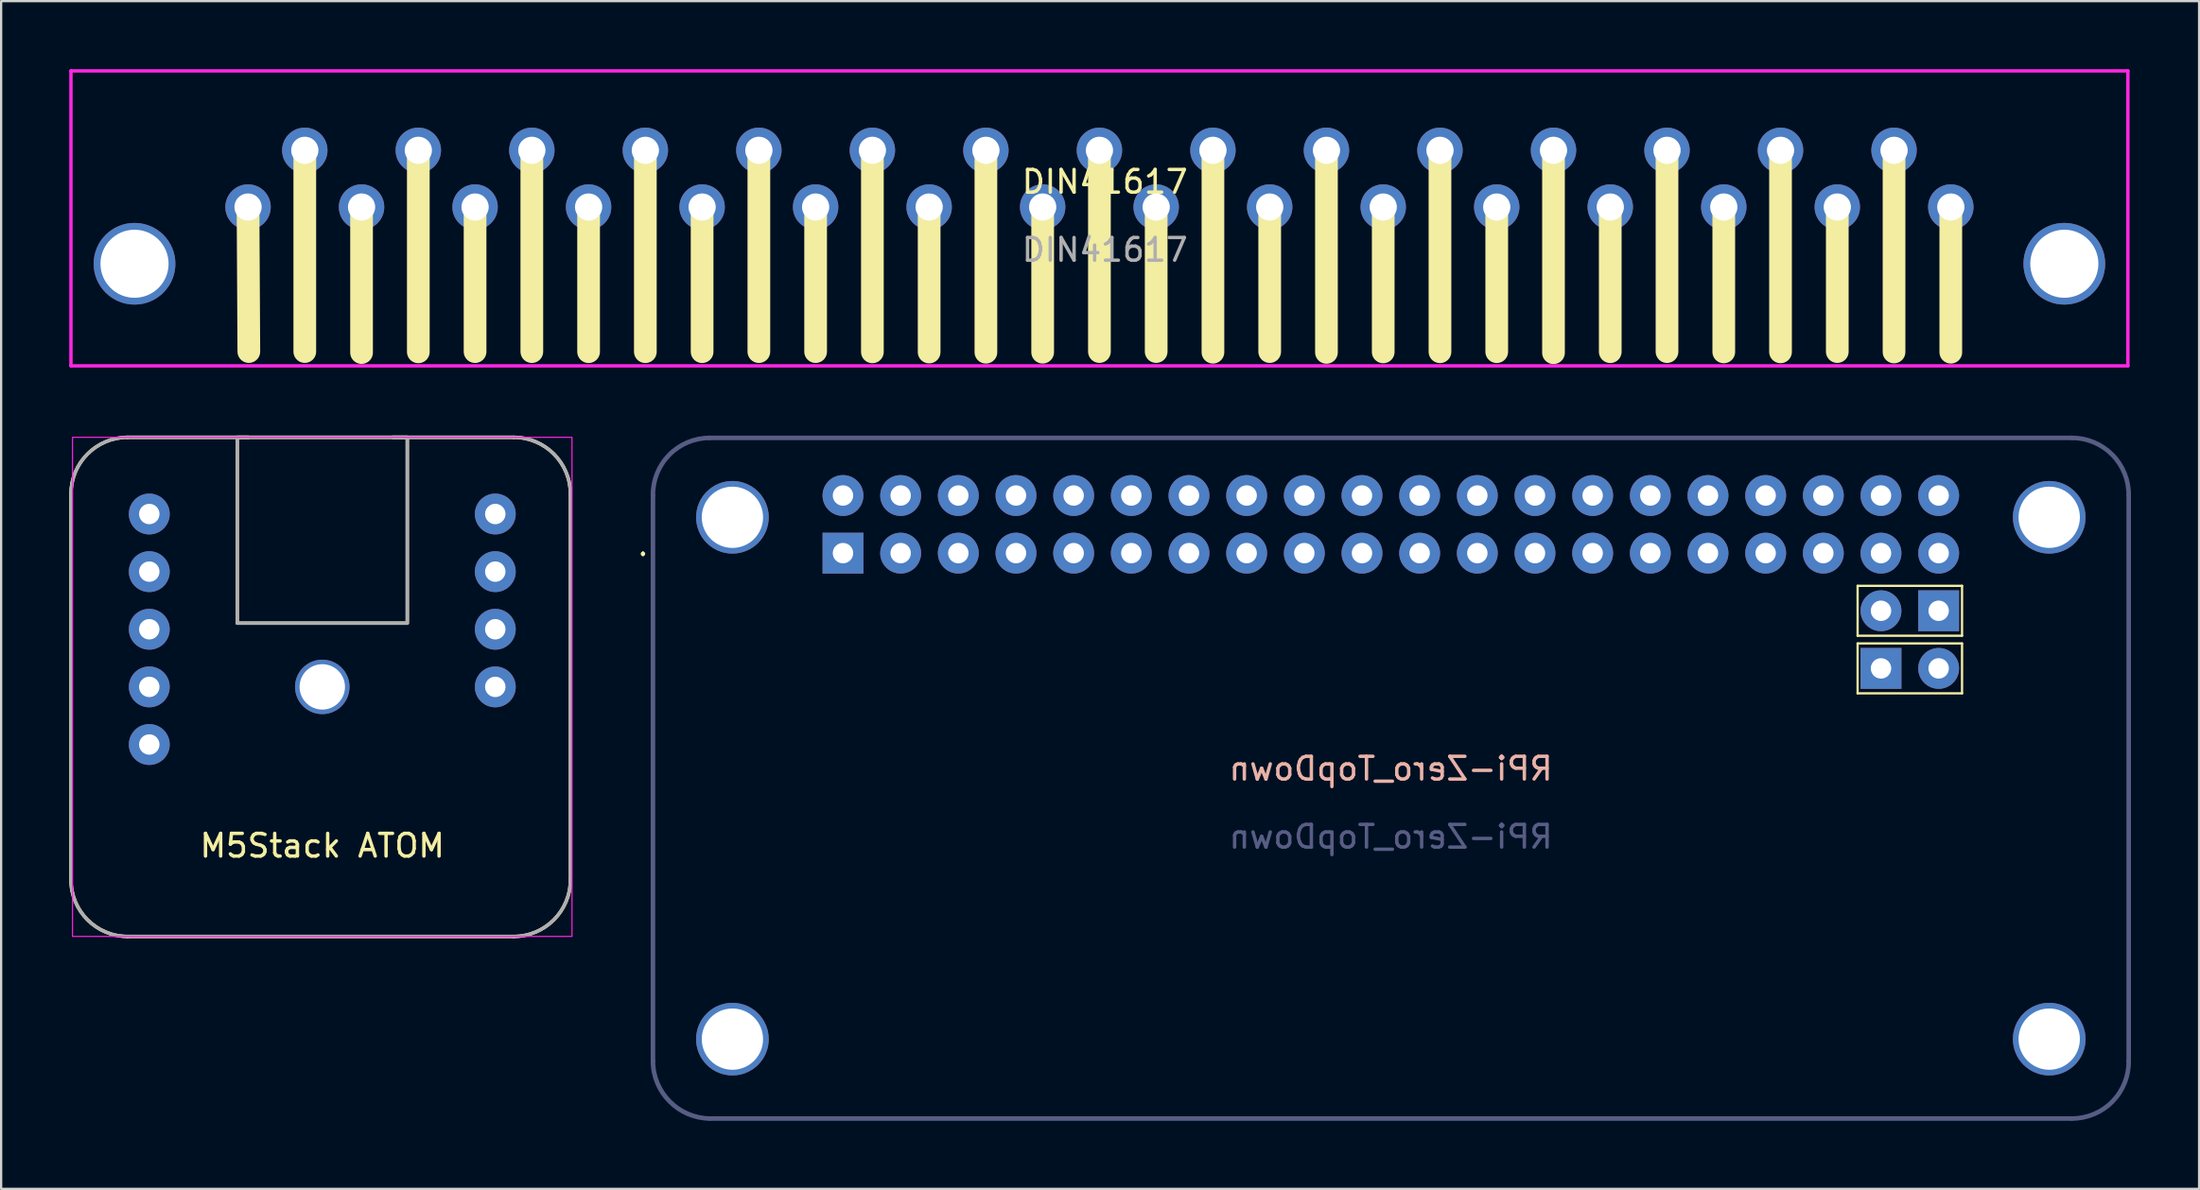
<source format=kicad_pcb>
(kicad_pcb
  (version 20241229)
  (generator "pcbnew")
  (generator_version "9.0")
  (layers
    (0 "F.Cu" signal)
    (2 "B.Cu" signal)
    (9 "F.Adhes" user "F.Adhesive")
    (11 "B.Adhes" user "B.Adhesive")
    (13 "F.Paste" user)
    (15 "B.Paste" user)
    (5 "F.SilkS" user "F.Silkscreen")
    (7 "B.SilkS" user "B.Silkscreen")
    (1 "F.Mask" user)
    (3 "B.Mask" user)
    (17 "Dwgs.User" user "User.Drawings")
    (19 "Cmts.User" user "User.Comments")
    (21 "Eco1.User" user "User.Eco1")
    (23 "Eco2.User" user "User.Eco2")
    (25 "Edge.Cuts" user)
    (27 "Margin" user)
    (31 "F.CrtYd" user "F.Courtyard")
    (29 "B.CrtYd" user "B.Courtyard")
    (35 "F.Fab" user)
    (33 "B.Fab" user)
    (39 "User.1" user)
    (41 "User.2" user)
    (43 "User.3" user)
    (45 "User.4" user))
  (footprint "DIN41617"
    (layer "F.Cu")
    (at 45.375 4.845)
    (property "Reference" "DIN41617" (at 0.24 0.118 0) (unlocked yes) (layer "F.SilkS") (effects (font (size 1 1) (thickness 0.15))))
    (attr through_hole)
    (fp_line (start -37.5 1.23) (end -37.465 7.6) (stroke (width 1) (type solid)) (layer "F.SilkS"))
    (fp_line (start -35 -1.27) (end -35 7.6) (stroke (width 1) (type solid)) (layer "F.SilkS"))
    (fp_line (start -32.5 1.23) (end -32.5 7.644) (stroke (width 1) (type solid)) (layer "F.SilkS"))
    (fp_line (start -30 -1.27) (end -30 7.613) (stroke (width 1) (type solid)) (layer "F.SilkS"))
    (fp_line (start -27.5 1.23) (end -27.5 7.603) (stroke (width 1) (type solid)) (layer "F.SilkS"))
    (fp_line (start -25 -1.27) (end -25 7.603) (stroke (width 1) (type solid)) (layer "F.SilkS"))
    (fp_line (start -22.5 1.23) (end -22.5 7.606) (stroke (width 1) (type solid)) (layer "F.SilkS"))
    (fp_line (start -20 -1.27) (end -20 7.606) (stroke (width 1) (type solid)) (layer "F.SilkS"))
    (fp_line (start -17.5 1.23) (end -17.5 7.606) (stroke (width 1) (type solid)) (layer "F.SilkS"))
    (fp_line (start -15 -1.27) (end -15 7.603) (stroke (width 1) (type solid)) (layer "F.SilkS"))
    (fp_line (start -12.5 1.23) (end -12.5 7.603) (stroke (width 1) (type solid)) (layer "F.SilkS"))
    (fp_line (start -10 -1.27) (end -10 7.613) (stroke (width 1) (type solid)) (layer "F.SilkS"))
    (fp_line (start -7.5 1.23) (end -7.5 7.621) (stroke (width 1) (type solid)) (layer "F.SilkS"))
    (fp_line (start -5 -1.27) (end -5 7.629) (stroke (width 1) (type solid)) (layer "F.SilkS"))
    (fp_line (start -2.5 1.23) (end -2.5 7.628) (stroke (width 1) (type solid)) (layer "F.SilkS"))
    (fp_line (start 0 -1.27) (end 0 7.6) (stroke (width 1) (type solid)) (layer "F.SilkS"))
    (fp_line (start 2.5 1.23) (end 2.5 7.6) (stroke (width 1) (type solid)) (layer "F.SilkS"))
    (fp_line (start 5 -1.27) (end 5 7.629) (stroke (width 1) (type solid)) (layer "F.SilkS"))
    (fp_line (start 7.5 1.23) (end 7.5 7.601) (stroke (width 1) (type solid)) (layer "F.SilkS"))
    (fp_line (start 10 -1.27) (end 10 7.636) (stroke (width 1) (type solid)) (layer "F.SilkS"))
    (fp_line (start 12.5 1.23) (end 12.5 7.615) (stroke (width 1) (type solid)) (layer "F.SilkS"))
    (fp_line (start 15 -1.27) (end 15 7.609) (stroke (width 1) (type solid)) (layer "F.SilkS"))
    (fp_line (start 17.5 1.23) (end 17.5 7.606) (stroke (width 1) (type solid)) (layer "F.SilkS"))
    (fp_line (start 20 -1.27) (end 20 7.651) (stroke (width 1) (type solid)) (layer "F.SilkS"))
    (fp_line (start 22.5 1.23) (end 22.5 7.606) (stroke (width 1) (type solid)) (layer "F.SilkS"))
    (fp_line (start 25 -1.27) (end 25 7.603) (stroke (width 1) (type solid)) (layer "F.SilkS"))
    (fp_line (start 27.5 1.23) (end 27.5 7.615) (stroke (width 1) (type solid)) (layer "F.SilkS"))
    (fp_line (start 30 -1.27) (end 30 7.613) (stroke (width 1) (type solid)) (layer "F.SilkS"))
    (fp_line (start 32.5 1.23) (end 32.5 7.601) (stroke (width 1) (type solid)) (layer "F.SilkS"))
    (fp_line (start 35 -1.27) (end 35 7.618) (stroke (width 1) (type solid)) (layer "F.SilkS"))
    (fp_line (start 37.5 1.23) (end 37.5 7.628) (stroke (width 1) (type solid)) (layer "F.SilkS"))
    (fp_line (start -45.3 -4.77) (end -45.3 8.23) (stroke (width 0.15) (type solid)) (layer "F.CrtYd"))
    (fp_line (start -45.3 8.23) (end 45.3 8.23) (stroke (width 0.15) (type solid)) (layer "F.CrtYd"))
    (fp_line (start 45.3 -4.77) (end -45.3 -4.77) (stroke (width 0.15) (type solid)) (layer "F.CrtYd"))
    (fp_line (start 45.3 8.23) (end 45.3 -4.77) (stroke (width 0.15) (type solid)) (layer "F.CrtYd"))
    (fp_text user "${REFERENCE}" (at 0.24 3.118 0) (unlocked yes) (layer "F.Fab") (effects (font (size 1 1) (thickness 0.15))))
    (pad "1" thru_hole circle (at 37.5 1.23) (size 2 2) (drill 1.2) (layers "*.Cu" "*.Mask"))
    (pad "2" thru_hole circle (at 35 -1.27) (size 2 2) (drill 1.2) (layers "*.Cu" "*.Mask"))
    (pad "3" thru_hole circle (at 32.5 1.23) (size 2 2) (drill 1.2) (layers "*.Cu" "*.Mask"))
    (pad "4" thru_hole circle (at -42.5 3.73) (size 3.6 3.6) (drill 3) (layers "*.Cu" "*.Mask"))
    (pad "4" thru_hole circle (at 30 -1.27) (size 2 2) (drill 1.2) (layers "*.Cu" "*.Mask"))
    (pad "4" thru_hole circle (at 42.5 3.73) (size 3.6 3.6) (drill 3) (layers "*.Cu" "*.Mask"))
    (pad "5" thru_hole circle (at 27.5 1.23) (size 2 2) (drill 1.2) (layers "*.Cu" "*.Mask"))
    (pad "6" thru_hole circle (at 25 -1.27) (size 2 2) (drill 1.2) (layers "*.Cu" "*.Mask"))
    (pad "7" thru_hole circle (at 22.5 1.23) (size 2 2) (drill 1.2) (layers "*.Cu" "*.Mask"))
    (pad "8" thru_hole circle (at 20 -1.27) (size 2 2) (drill 1.2) (layers "*.Cu" "*.Mask"))
    (pad "9" thru_hole circle (at 17.5 1.23) (size 2 2) (drill 1.2) (layers "*.Cu" "*.Mask"))
    (pad "10" thru_hole circle (at 15 -1.27) (size 2 2) (drill 1.2) (layers "*.Cu" "*.Mask"))
    (pad "11" thru_hole circle (at 12.5 1.23) (size 2 2) (drill 1.2) (layers "*.Cu" "*.Mask"))
    (pad "12" thru_hole circle (at 10 -1.27) (size 2 2) (drill 1.2) (layers "*.Cu" "*.Mask"))
    (pad "13" thru_hole circle (at 7.5 1.23) (size 2 2) (drill 1.2) (layers "*.Cu" "*.Mask"))
    (pad "14" thru_hole circle (at 5 -1.27) (size 2 2) (drill 1.2) (layers "*.Cu" "*.Mask"))
    (pad "15" thru_hole circle (at 2.5 1.23) (size 2 2) (drill 1.2) (layers "*.Cu" "*.Mask"))
    (pad "16" thru_hole circle (at 0 -1.27) (size 2 2) (drill 1.2) (layers "*.Cu" "*.Mask"))
    (pad "17" thru_hole circle (at -2.5 1.23) (size 2 2) (drill 1.2) (layers "*.Cu" "*.Mask"))
    (pad "18" thru_hole circle (at -5 -1.27) (size 2 2) (drill 1.2) (layers "*.Cu" "*.Mask"))
    (pad "19" thru_hole circle (at -7.5 1.23) (size 2 2) (drill 1.2) (layers "*.Cu" "*.Mask"))
    (pad "20" thru_hole circle (at -10 -1.27) (size 2 2) (drill 1.2) (layers "*.Cu" "*.Mask"))
    (pad "21" thru_hole circle (at -12.5 1.23) (size 2 2) (drill 1.2) (layers "*.Cu" "*.Mask"))
    (pad "22" thru_hole circle (at -15 -1.27) (size 2 2) (drill 1.2) (layers "*.Cu" "*.Mask"))
    (pad "23" thru_hole circle (at -17.5 1.23) (size 2 2) (drill 1.2) (layers "*.Cu" "*.Mask"))
    (pad "24" thru_hole circle (at -20 -1.27) (size 2 2) (drill 1.2) (layers "*.Cu" "*.Mask"))
    (pad "25" thru_hole circle (at -22.5 1.23) (size 2 2) (drill 1.2) (layers "*.Cu" "*.Mask"))
    (pad "26" thru_hole circle (at -25 -1.27) (size 2 2) (drill 1.2) (layers "*.Cu" "*.Mask"))
    (pad "27" thru_hole circle (at -27.5 1.23) (size 2 2) (drill 1.2) (layers "*.Cu" "*.Mask"))
    (pad "28" thru_hole circle (at -30 -1.27) (size 2 2) (drill 1.2) (layers "*.Cu" "*.Mask"))
    (pad "29" thru_hole circle (at -32.5 1.23) (size 2 2) (drill 1.2) (layers "*.Cu" "*.Mask"))
    (pad "30" thru_hole circle (at -35 -1.27) (size 2 2) (drill 1.2) (layers "*.Cu" "*.Mask"))
    (pad "31" thru_hole circle (at -37.5 1.23) (size 2 2) (drill 1.2) (layers "*.Cu" "*.Mask")))
  (footprint "RPi-Zero_TopDown"
    (layer "F.Cu")
    (at 58.21 31.33)
    (property "Reference" "RPi-Zero_TopDown" (at 0 -0.5 0) (unlocked yes) (layer "B.SilkS") (effects (font (size 1 1) (thickness 0.15)) (justify mirror)))
    (attr through_hole)
    (fp_line (start -32.94 -10.02) (end -32.94 -10.02) (stroke (width 0.1) (type solid)) (layer "F.SilkS"))
    (fp_line (start -32.94 -9.92) (end -32.94 -9.92) (stroke (width 0.1) (type solid)) (layer "F.SilkS"))
    (fp_line (start 20.56 -8.56) (end 25.16 -8.56) (stroke (width 0.1) (type solid)) (layer "F.SilkS"))
    (fp_line (start 20.56 -6.36) (end 20.56 -8.56) (stroke (width 0.1) (type solid)) (layer "F.SilkS"))
    (fp_line (start 20.56 -6.02) (end 25.16 -6.02) (stroke (width 0.1) (type solid)) (layer "F.SilkS"))
    (fp_line (start 20.56 -3.82) (end 20.56 -6.02) (stroke (width 0.1) (type solid)) (layer "F.SilkS"))
    (fp_line (start 25.16 -8.56) (end 25.16 -6.36) (stroke (width 0.1) (type solid)) (layer "F.SilkS"))
    (fp_line (start 25.16 -6.36) (end 20.56 -6.36) (stroke (width 0.1) (type solid)) (layer "F.SilkS"))
    (fp_line (start 25.16 -6.02) (end 25.16 -3.82) (stroke (width 0.1) (type solid)) (layer "F.SilkS"))
    (fp_line (start 25.16 -3.82) (end 20.56 -3.82) (stroke (width 0.1) (type solid)) (layer "F.SilkS"))
    (fp_arc (start -32.94 -10.02) (mid -32.89 -9.97) (end -32.94 -9.92) (stroke (width 0.1) (type solid)) (layer "F.SilkS"))
    (fp_arc (start -32.94 -9.92) (mid -32.99 -9.97) (end -32.94 -10.02) (stroke (width 0.1) (type solid)) (layer "F.SilkS"))
    (fp_line (start -32.5 -12.54) (end -32.5 12.38) (stroke (width 0.1) (type solid)) (layer "B.SilkS"))
    (fp_line (start -30 14.92) (end 30 14.92) (stroke (width 0.1) (type solid)) (layer "B.SilkS"))
    (fp_line (start 30 -15.08) (end -30 -15.08) (stroke (width 0.1) (type solid)) (layer "B.SilkS"))
    (fp_line (start 32.5 12.38) (end 32.5 -12.54) (stroke (width 0.1) (type solid)) (layer "B.SilkS"))
    (fp_arc (start -32.500061 -12.543955) (mid -31.780456 -14.334877) (end -30 -15.08) (stroke (width 0.1) (type solid)) (layer "B.SilkS"))
    (fp_arc (start -30.004015 14.919933) (mid -31.771564 14.160534) (end -32.5 12.38) (stroke (width 0.1) (type solid)) (layer "B.SilkS"))
    (fp_arc (start 30.004015 -15.079933) (mid 31.771567 -14.320536) (end 32.5 -12.54) (stroke (width 0.1) (type solid)) (layer "B.SilkS"))
    (fp_arc (start 32.500061 12.383955) (mid 31.78046 14.174881) (end 30 14.92) (stroke (width 0.1) (type solid)) (layer "B.SilkS"))
    (fp_line (start -32.5 -12.54) (end -32.5 12.38) (stroke (width 0.2) (type solid)) (layer "B.Fab"))
    (fp_line (start -30 14.92) (end 30 14.92) (stroke (width 0.2) (type solid)) (layer "B.Fab"))
    (fp_line (start 30 -15.08) (end -30 -15.08) (stroke (width 0.2) (type solid)) (layer "B.Fab"))
    (fp_line (start 32.5 12.38) (end 32.5 -12.54) (stroke (width 0.2) (type solid)) (layer "B.Fab"))
    (fp_arc (start -32.500061 -12.543955) (mid -31.780456 -14.334877) (end -30 -15.08) (stroke (width 0.2) (type solid)) (layer "B.Fab"))
    (fp_arc (start -30.004015 14.919933) (mid -31.771564 14.160534) (end -32.5 12.38) (stroke (width 0.2) (type solid)) (layer "B.Fab"))
    (fp_arc (start 30.003955 -15.079995) (mid 31.783233 -14.332061) (end 32.5 -12.54) (stroke (width 0.2) (type solid)) (layer "B.Fab"))
    (fp_arc (start 32.500061 12.383955) (mid 31.78046 14.174881) (end 30 14.92) (stroke (width 0.2) (type solid)) (layer "B.Fab"))
    (fp_text user "${REFERENCE}" (at 0 2.5 0) (unlocked yes) (layer "B.Fab") (effects (font (size 1 1) (thickness 0.15)) (justify mirror)))
    (pad "1" thru_hole rect (at -24.13 -10) (size 1.8 1.8) (drill 0.9) (layers "*.Cu" "*.Mask"))
    (pad "2" thru_hole circle (at -24.13 -12.54) (size 1.8 1.8) (drill 0.9) (layers "*.Cu" "*.Mask"))
    (pad "3" thru_hole circle (at -21.59 -10) (size 1.8 1.8) (drill 0.9) (layers "*.Cu" "*.Mask"))
    (pad "4" thru_hole circle (at -21.59 -12.54) (size 1.8 1.8) (drill 0.9) (layers "*.Cu" "*.Mask"))
    (pad "5" thru_hole circle (at -19.05 -10) (size 1.8 1.8) (drill 0.9) (layers "*.Cu" "*.Mask"))
    (pad "6" thru_hole circle (at -29 -11.58) (size 3.2 3.2) (drill 2.7) (property pad_prop_heatsink) (layers "*.Cu" "*.Mask"))
    (pad "6" thru_hole circle (at -29 11.42) (size 3.2 3.2) (drill 2.7) (property pad_prop_heatsink) (layers "*.Cu" "*.Mask"))
    (pad "6" thru_hole circle (at -19.05 -12.54) (size 1.8 1.8) (drill 0.9) (layers "*.Cu" "*.Mask"))
    (pad "6" thru_hole circle (at 29 -11.58) (size 3.2 3.2) (drill 2.7) (property pad_prop_heatsink) (layers "*.Cu" "*.Mask"))
    (pad "6" thru_hole circle (at 29 11.42) (size 3.2 3.2) (drill 2.7) (property pad_prop_heatsink) (layers "*.Cu" "*.Mask"))
    (pad "7" thru_hole circle (at -16.51 -10) (size 1.8 1.8) (drill 0.9) (layers "*.Cu" "*.Mask"))
    (pad "8" thru_hole circle (at -16.51 -12.54) (size 1.8 1.8) (drill 0.9) (layers "*.Cu" "*.Mask"))
    (pad "9" thru_hole circle (at -13.97 -10) (size 1.8 1.8) (drill 0.9) (layers "*.Cu" "*.Mask"))
    (pad "10" thru_hole circle (at -13.97 -12.54) (size 1.8 1.8) (drill 0.9) (layers "*.Cu" "*.Mask"))
    (pad "11" thru_hole circle (at -11.43 -10) (size 1.8 1.8) (drill 0.9) (layers "*.Cu" "*.Mask"))
    (pad "12" thru_hole circle (at -11.43 -12.54) (size 1.8 1.8) (drill 0.9) (layers "*.Cu" "*.Mask"))
    (pad "13" thru_hole circle (at -8.89 -10) (size 1.8 1.8) (drill 0.9) (layers "*.Cu" "*.Mask"))
    (pad "14" thru_hole circle (at -8.89 -12.54) (size 1.8 1.8) (drill 0.9) (layers "*.Cu" "*.Mask"))
    (pad "15" thru_hole circle (at -6.35 -10) (size 1.8 1.8) (drill 0.9) (layers "*.Cu" "*.Mask"))
    (pad "16" thru_hole circle (at -6.35 -12.54) (size 1.8 1.8) (drill 0.9) (layers "*.Cu" "*.Mask"))
    (pad "17" thru_hole circle (at -3.81 -10) (size 1.8 1.8) (drill 0.9) (layers "*.Cu" "*.Mask"))
    (pad "18" thru_hole circle (at -3.81 -12.54) (size 1.8 1.8) (drill 0.9) (layers "*.Cu" "*.Mask"))
    (pad "19" thru_hole circle (at -1.27 -10) (size 1.8 1.8) (drill 0.9) (layers "*.Cu" "*.Mask"))
    (pad "20" thru_hole circle (at -1.27 -12.54) (size 1.8 1.8) (drill 0.9) (layers "*.Cu" "*.Mask"))
    (pad "21" thru_hole circle (at 1.27 -10) (size 1.8 1.8) (drill 0.9) (layers "*.Cu" "*.Mask"))
    (pad "22" thru_hole circle (at 1.27 -12.54) (size 1.8 1.8) (drill 0.9) (layers "*.Cu" "*.Mask"))
    (pad "23" thru_hole circle (at 3.81 -10) (size 1.8 1.8) (drill 0.9) (layers "*.Cu" "*.Mask"))
    (pad "24" thru_hole circle (at 3.81 -12.54) (size 1.8 1.8) (drill 0.9) (layers "*.Cu" "*.Mask"))
    (pad "25" thru_hole circle (at 6.35 -10) (size 1.8 1.8) (drill 0.9) (layers "*.Cu" "*.Mask"))
    (pad "26" thru_hole circle (at 6.35 -12.54) (size 1.8 1.8) (drill 0.9) (layers "*.Cu" "*.Mask"))
    (pad "27" thru_hole circle (at 8.89 -10) (size 1.8 1.8) (drill 0.9) (layers "*.Cu" "*.Mask"))
    (pad "28" thru_hole circle (at 8.89 -12.54) (size 1.8 1.8) (drill 0.9) (layers "*.Cu" "*.Mask"))
    (pad "29" thru_hole circle (at 11.43 -10) (size 1.8 1.8) (drill 0.9) (layers "*.Cu" "*.Mask"))
    (pad "30" thru_hole circle (at 11.43 -12.54) (size 1.8 1.8) (drill 0.9) (layers "*.Cu" "*.Mask"))
    (pad "31" thru_hole circle (at 13.97 -10) (size 1.8 1.8) (drill 0.9) (layers "*.Cu" "*.Mask"))
    (pad "32" thru_hole circle (at 13.97 -12.54) (size 1.8 1.8) (drill 0.9) (layers "*.Cu" "*.Mask"))
    (pad "33" thru_hole circle (at 16.51 -10) (size 1.8 1.8) (drill 0.9) (layers "*.Cu" "*.Mask"))
    (pad "34" thru_hole circle (at 16.51 -12.54) (size 1.8 1.8) (drill 0.9) (layers "*.Cu" "*.Mask"))
    (pad "35" thru_hole circle (at 19.05 -10) (size 1.8 1.8) (drill 0.9) (layers "*.Cu" "*.Mask"))
    (pad "36" thru_hole circle (at 19.05 -12.54) (size 1.8 1.8) (drill 0.9) (layers "*.Cu" "*.Mask"))
    (pad "37" thru_hole circle (at 21.59 -10) (size 1.8 1.8) (drill 0.9) (layers "*.Cu" "*.Mask"))
    (pad "38" thru_hole circle (at 21.59 -12.54) (size 1.8 1.8) (drill 0.9) (layers "*.Cu" "*.Mask"))
    (pad "39" thru_hole circle (at 24.13 -10) (size 1.8 1.8) (drill 0.9) (layers "*.Cu" "*.Mask"))
    (pad "40" thru_hole circle (at 24.13 -12.54) (size 1.8 1.8) (drill 0.9) (layers "*.Cu" "*.Mask"))
    (pad "41" thru_hole rect (at 24.13 -7.46) (size 1.8 1.8) (drill 0.9) (layers "*.Cu" "*.Mask"))
    (pad "42" thru_hole circle (at 21.59 -7.46) (size 1.8 1.8) (drill 0.9) (layers "*.Cu" "*.Mask"))
    (pad "43" thru_hole rect (at 21.59 -4.92) (size 1.8 1.8) (drill 0.9) (layers "*.Cu" "*.Mask"))
    (pad "44" thru_hole circle (at 24.13 -4.92) (size 1.8 1.8) (drill 0.9) (layers "*.Cu" "*.Mask")))
  (footprint "M5Stack ATOM"
    (layer "F.Cu")
    (at 11.145 27.225)
    (property "Reference" "M5Stack ATOM" (at 0 7 0) (unlocked yes) (layer "F.SilkS") (effects (font (size 1 1) (thickness 0.15))))
    (attr through_hole)
    (fp_line (start -11.07 -8.5) (end -11.07 8.5) (stroke (width 0.15) (type solid)) (layer "F.SilkS"))
    (fp_line (start -8.57 -11) (end -3.245 -11) (stroke (width 0.15) (type solid)) (layer "F.SilkS"))
    (fp_line (start -8.57 11) (end 8.43 11) (stroke (width 0.15) (type solid)) (layer "F.SilkS"))
    (fp_line (start 8.43 -11) (end 3.105 -11) (stroke (width 0.15) (type solid)) (layer "F.SilkS"))
    (fp_line (start 10.93 8.5) (end 10.93 -8.5) (stroke (width 0.15) (type solid)) (layer "F.SilkS"))
    (fp_rect (start -3.745 -11) (end 3.745 -2.81) (stroke (width 0.15) (type solid)) (fill no) (layer "F.SilkS"))
    (fp_arc (start -11.070205 -8.5) (mid -10.337972 -10.267767) (end -8.570205 -11) (stroke (width 0.15) (type solid)) (layer "F.SilkS"))
    (fp_arc (start -8.570205 11) (mid -10.337972 10.267767) (end -11.070205 8.5) (stroke (width 0.15) (type solid)) (layer "F.SilkS"))
    (fp_arc (start 8.429795 -11) (mid 10.197562 -10.267767) (end 10.929795 -8.5) (stroke (width 0.15) (type solid)) (layer "F.SilkS"))
    (fp_arc (start 10.929795 8.5) (mid 10.197562 10.267767) (end 8.429795 11) (stroke (width 0.15) (type solid)) (layer "F.SilkS"))
    (fp_rect (start -11 11) (end 11 -11) (stroke (width 0.05) (type solid)) (fill no) (layer "F.CrtYd"))
    (fp_line (start -11.07 -8.5) (end -11.07 8.5) (stroke (width 0.15) (type solid)) (layer "F.Fab"))
    (fp_line (start -8.57 -11) (end -3.245 -11) (stroke (width 0.15) (type solid)) (layer "F.Fab"))
    (fp_line (start -8.57 11) (end 8.43 11) (stroke (width 0.15) (type solid)) (layer "F.Fab"))
    (fp_line (start 8.43 -11) (end 3.105 -11) (stroke (width 0.15) (type solid)) (layer "F.Fab"))
    (fp_line (start 10.93 8.5) (end 10.93 -8.5) (stroke (width 0.15) (type solid)) (layer "F.Fab"))
    (fp_rect (start -3.745 -11) (end 3.745 -2.81) (stroke (width 0.15) (type solid)) (fill no) (layer "F.Fab"))
    (fp_arc (start -11.070205 -8.5) (mid -10.337972 -10.267767) (end -8.570205 -11) (stroke (width 0.15) (type solid)) (layer "F.Fab"))
    (fp_arc (start -8.570205 11) (mid -10.337972 10.267767) (end -11.070205 8.5) (stroke (width 0.15) (type solid)) (layer "F.Fab"))
    (fp_arc (start 8.429795 -11) (mid 10.197562 -10.267767) (end 10.929795 -8.5) (stroke (width 0.15) (type solid)) (layer "F.Fab"))
    (fp_arc (start 10.929795 8.5) (mid 10.197562 10.267767) (end 8.429795 11) (stroke (width 0.15) (type solid)) (layer "F.Fab"))
    (pad "1" thru_hole circle (at -7.62 -7.62) (size 1.8 1.8) (drill 0.9) (layers "*.Cu" "*.Mask"))
    (pad "2" thru_hole circle (at -7.62 -5.08) (size 1.8 1.8) (drill 0.9) (layers "*.Cu" "*.Mask"))
    (pad "3" thru_hole circle (at -7.62 -2.54) (size 1.8 1.8) (drill 0.9) (layers "*.Cu" "*.Mask"))
    (pad "4" thru_hole circle (at -7.62 0) (size 1.8 1.8) (drill 0.9) (layers "*.Cu" "*.Mask"))
    (pad "5" thru_hole circle (at -7.62 2.54) (size 1.8 1.8) (drill 0.9) (layers "*.Cu" "*.Mask"))
    (pad "7" thru_hole circle (at 7.62 0) (size 1.8 1.8) (drill 0.9) (layers "*.Cu" "*.Mask"))
    (pad "8" thru_hole circle (at 7.62 -2.54) (size 1.8 1.8) (drill 0.9) (layers "*.Cu" "*.Mask"))
    (pad "9" thru_hole circle (at 7.62 -5.08) (size 1.8 1.8) (drill 0.9) (layers "*.Cu" "*.Mask"))
    (pad "10" thru_hole circle (at 0 0) (size 2.4 2.4) (drill 2) (layers "*.Cu" "*.Mask"))
    (pad "10" thru_hole circle (at 7.62 -7.62) (size 1.8 1.8) (drill 0.9) (layers "*.Cu" "*.Mask")))
  (gr_rect
    (start -3 -3)
    (end 93.811 49.35)
    (stroke (width 0.1) (type default))
    (fill no)
    (layer "Edge.Cuts")))
</source>
